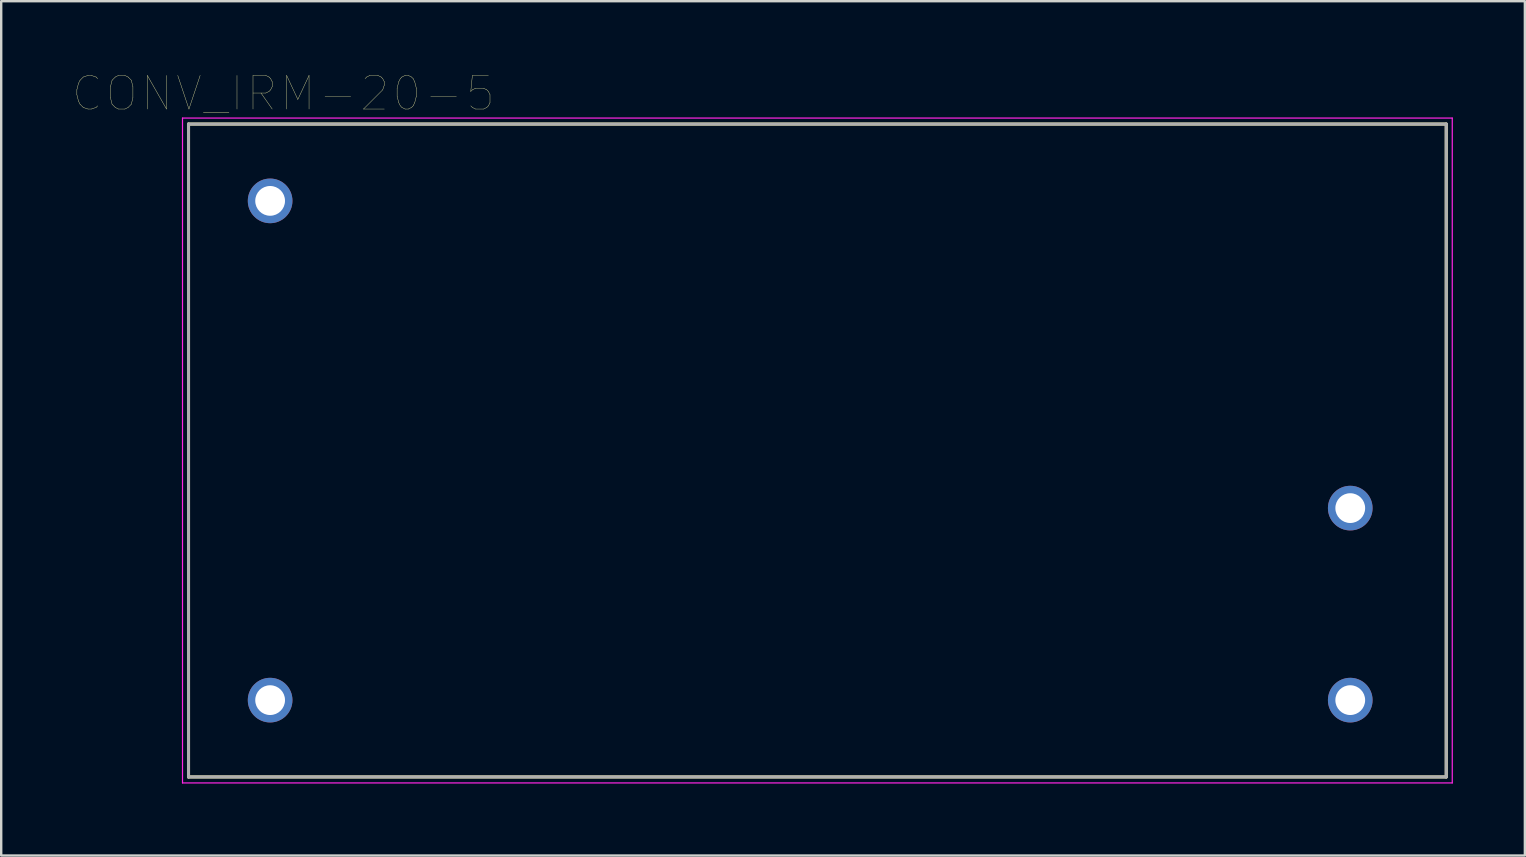
<source format=kicad_pcb>
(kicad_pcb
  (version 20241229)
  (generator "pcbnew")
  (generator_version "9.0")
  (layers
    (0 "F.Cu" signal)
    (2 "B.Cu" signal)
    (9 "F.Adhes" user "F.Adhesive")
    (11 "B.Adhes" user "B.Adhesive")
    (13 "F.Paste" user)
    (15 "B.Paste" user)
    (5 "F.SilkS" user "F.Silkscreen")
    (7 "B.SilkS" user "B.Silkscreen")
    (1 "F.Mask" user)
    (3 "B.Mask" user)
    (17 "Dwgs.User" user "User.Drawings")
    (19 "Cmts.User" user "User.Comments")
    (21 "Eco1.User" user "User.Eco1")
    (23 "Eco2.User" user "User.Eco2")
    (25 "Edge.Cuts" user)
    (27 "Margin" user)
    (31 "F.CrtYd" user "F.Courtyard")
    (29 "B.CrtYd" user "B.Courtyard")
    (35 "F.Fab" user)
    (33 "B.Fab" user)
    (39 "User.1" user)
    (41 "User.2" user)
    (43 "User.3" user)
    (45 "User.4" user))
  (footprint "CONV_IRM-20-5"
    (layer "F.Cu")
    (at 31.004 15.719)
    (property "Reference" "CONV_IRM-20-5" (at -22.246 -14.873 0) (layer "F.SilkS") (effects (font (size 1.401 1.401) (thickness 0.015))))
    (attr through_hole)
    (fp_line (start -26.2 -13.6) (end 26.2 -13.6) (stroke (width 0.127) (type solid)) (layer "F.SilkS"))
    (fp_line (start -26.2 13.6) (end -26.2 -13.6) (stroke (width 0.127) (type solid)) (layer "F.SilkS"))
    (fp_line (start 26.2 -13.6) (end 26.2 13.6) (stroke (width 0.127) (type solid)) (layer "F.SilkS"))
    (fp_line (start 26.2 13.6) (end -26.2 13.6) (stroke (width 0.127) (type solid)) (layer "F.SilkS"))
    (fp_line (start -26.45 -13.85) (end 26.45 -13.85) (stroke (width 0.05) (type solid)) (layer "F.CrtYd"))
    (fp_line (start -26.45 13.85) (end -26.45 -13.85) (stroke (width 0.05) (type solid)) (layer "F.CrtYd"))
    (fp_line (start 26.45 -13.85) (end 26.45 13.85) (stroke (width 0.05) (type solid)) (layer "F.CrtYd"))
    (fp_line (start 26.45 13.85) (end -26.45 13.85) (stroke (width 0.05) (type solid)) (layer "F.CrtYd"))
    (fp_line (start -26.2 -13.6) (end 26.2 -13.6) (stroke (width 0.127) (type solid)) (layer "F.Fab"))
    (fp_line (start -26.2 13.6) (end -26.2 -13.6) (stroke (width 0.127) (type solid)) (layer "F.Fab"))
    (fp_line (start 26.2 -13.6) (end 26.2 13.6) (stroke (width 0.127) (type solid)) (layer "F.Fab"))
    (fp_line (start 26.2 13.6) (end -26.2 13.6) (stroke (width 0.127) (type solid)) (layer "F.Fab"))
    (pad "1" thru_hole circle (at -22.8 -10.4) (size 1.86 1.86) (drill 1.24) (layers "*.Cu" "*.Mask"))
    (pad "2" thru_hole circle (at -22.8 10.4) (size 1.86 1.86) (drill 1.24) (layers "*.Cu" "*.Mask"))
    (pad "3" thru_hole circle (at 22.2 10.4) (size 1.86 1.86) (drill 1.24) (layers "*.Cu" "*.Mask"))
    (pad "4" thru_hole circle (at 22.2 2.4) (size 1.86 1.86) (drill 1.24) (layers "*.Cu" "*.Mask")))
  (gr_rect
    (start -3 -3)
    (end 60.479 32.594)
    (stroke (width 0.1) (type default))
    (fill no)
    (layer "Edge.Cuts")))
</source>
